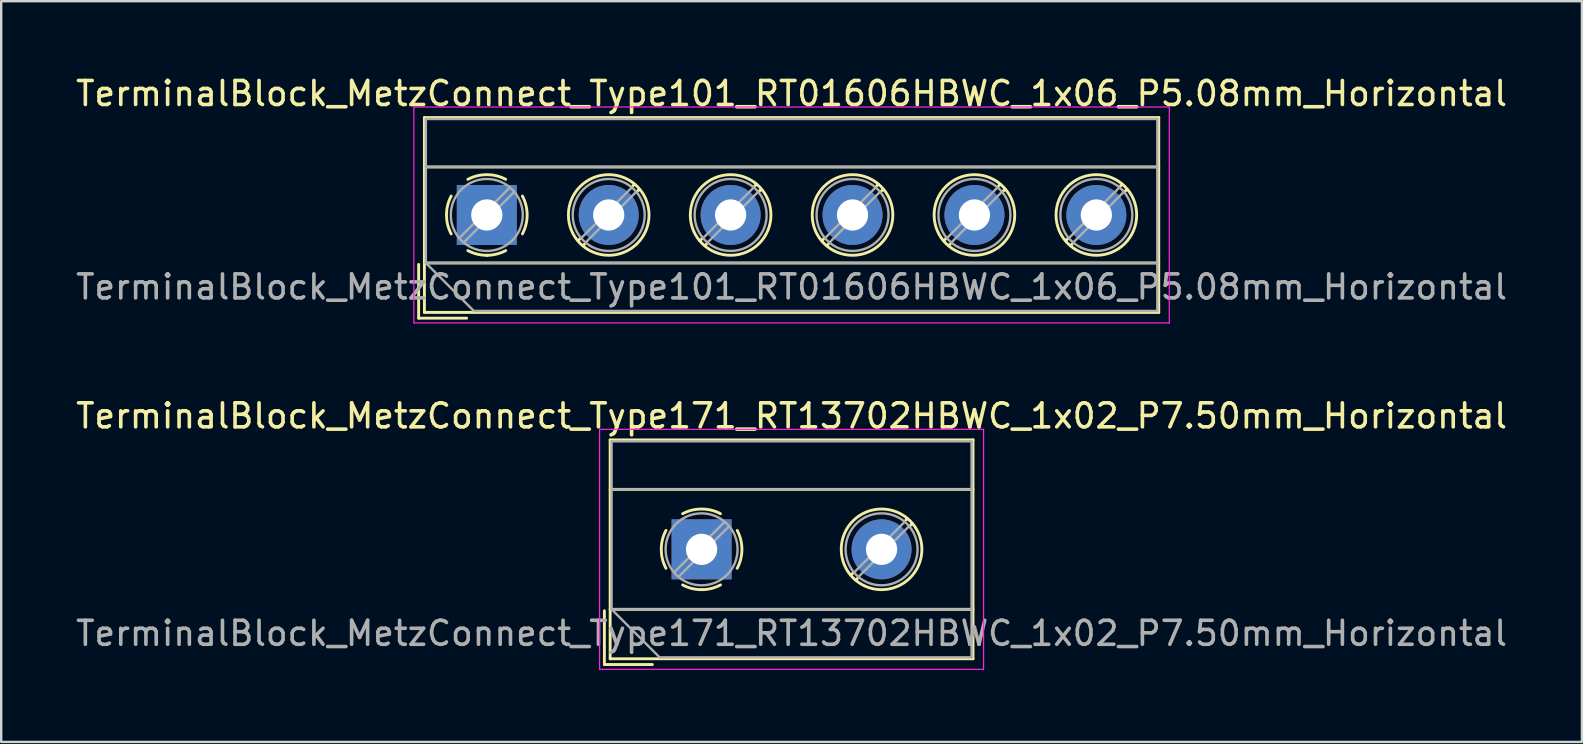
<source format=kicad_pcb>
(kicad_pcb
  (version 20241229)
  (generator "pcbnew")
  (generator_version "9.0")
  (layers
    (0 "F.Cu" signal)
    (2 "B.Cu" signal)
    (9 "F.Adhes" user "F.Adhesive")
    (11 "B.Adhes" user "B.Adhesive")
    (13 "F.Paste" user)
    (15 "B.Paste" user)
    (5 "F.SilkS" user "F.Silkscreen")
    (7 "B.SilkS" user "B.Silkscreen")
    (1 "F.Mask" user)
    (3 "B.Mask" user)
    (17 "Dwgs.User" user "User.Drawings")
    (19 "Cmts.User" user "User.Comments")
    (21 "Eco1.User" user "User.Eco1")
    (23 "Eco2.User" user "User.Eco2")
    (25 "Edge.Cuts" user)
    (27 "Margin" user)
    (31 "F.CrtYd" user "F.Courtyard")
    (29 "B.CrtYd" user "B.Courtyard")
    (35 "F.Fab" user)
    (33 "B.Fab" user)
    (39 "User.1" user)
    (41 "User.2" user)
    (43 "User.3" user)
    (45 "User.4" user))
  (footprint "TerminalBlock_MetzConnect_Type101_RT01606HBWC_1x06_P5.08mm_Horizontal"
    (layer "F.Cu")
    (at 17.235 5.908)
    (property "Reference" "TerminalBlock_MetzConnect_Type101_RT01606HBWC_1x06_P5.08mm_Horizontal" (at 12.7 -5.06 0) (layer "F.SilkS") (effects (font (size 1 1) (thickness 0.15))))
    (attr through_hole)
    (fp_line (start -2.84 2.06) (end -2.84 4.3) (stroke (width 0.12) (type solid)) (layer "F.SilkS"))
    (fp_line (start -2.84 4.3) (end -0.84 4.3) (stroke (width 0.12) (type solid)) (layer "F.SilkS"))
    (fp_line (start -2.6 -4.06) (end -2.6 4.06) (stroke (width 0.12) (type solid)) (layer "F.SilkS"))
    (fp_line (start -2.6 -4.06) (end 28 -4.06) (stroke (width 0.12) (type solid)) (layer "F.SilkS"))
    (fp_line (start -2.6 -2) (end 28 -2) (stroke (width 0.12) (type solid)) (layer "F.SilkS"))
    (fp_line (start -2.6 2) (end 28 2) (stroke (width 0.12) (type solid)) (layer "F.SilkS"))
    (fp_line (start -2.6 4.06) (end 28 4.06) (stroke (width 0.12) (type solid)) (layer "F.SilkS"))
    (fp_line (start 3.9 0.976) (end 3.806 1.069) (stroke (width 0.12) (type solid)) (layer "F.SilkS"))
    (fp_line (start 4.07 1.216) (end 4.011 1.274) (stroke (width 0.12) (type solid)) (layer "F.SilkS"))
    (fp_line (start 6.15 -1.275) (end 6.091 -1.216) (stroke (width 0.12) (type solid)) (layer "F.SilkS"))
    (fp_line (start 6.355 -1.069) (end 6.261 -0.976) (stroke (width 0.12) (type solid)) (layer "F.SilkS"))
    (fp_line (start 8.98 0.976) (end 8.886 1.069) (stroke (width 0.12) (type solid)) (layer "F.SilkS"))
    (fp_line (start 9.15 1.216) (end 9.091 1.274) (stroke (width 0.12) (type solid)) (layer "F.SilkS"))
    (fp_line (start 11.23 -1.275) (end 11.171 -1.216) (stroke (width 0.12) (type solid)) (layer "F.SilkS"))
    (fp_line (start 11.435 -1.069) (end 11.341 -0.976) (stroke (width 0.12) (type solid)) (layer "F.SilkS"))
    (fp_line (start 14.06 0.976) (end 13.966 1.069) (stroke (width 0.12) (type solid)) (layer "F.SilkS"))
    (fp_line (start 14.23 1.216) (end 14.171 1.274) (stroke (width 0.12) (type solid)) (layer "F.SilkS"))
    (fp_line (start 16.31 -1.275) (end 16.251 -1.216) (stroke (width 0.12) (type solid)) (layer "F.SilkS"))
    (fp_line (start 16.515 -1.069) (end 16.421 -0.976) (stroke (width 0.12) (type solid)) (layer "F.SilkS"))
    (fp_line (start 19.14 0.976) (end 19.046 1.069) (stroke (width 0.12) (type solid)) (layer "F.SilkS"))
    (fp_line (start 19.31 1.216) (end 19.251 1.274) (stroke (width 0.12) (type solid)) (layer "F.SilkS"))
    (fp_line (start 21.39 -1.275) (end 21.331 -1.216) (stroke (width 0.12) (type solid)) (layer "F.SilkS"))
    (fp_line (start 21.595 -1.069) (end 21.501 -0.976) (stroke (width 0.12) (type solid)) (layer "F.SilkS"))
    (fp_line (start 24.22 0.976) (end 24.126 1.069) (stroke (width 0.12) (type solid)) (layer "F.SilkS"))
    (fp_line (start 24.39 1.216) (end 24.331 1.274) (stroke (width 0.12) (type solid)) (layer "F.SilkS"))
    (fp_line (start 26.47 -1.275) (end 26.411 -1.216) (stroke (width 0.12) (type solid)) (layer "F.SilkS"))
    (fp_line (start 26.675 -1.069) (end 26.581 -0.976) (stroke (width 0.12) (type solid)) (layer "F.SilkS"))
    (fp_line (start 28 -4.06) (end 28 4.06) (stroke (width 0.12) (type solid)) (layer "F.SilkS"))
    (fp_arc (start -1.483953 0.789089) (mid -1.680708 0.00005) (end -1.484 -0.789) (stroke (width 0.12) (type solid)) (layer "F.SilkS"))
    (fp_arc (start -0.789089 -1.483953) (mid -0.00005 -1.680708) (end 0.789 -1.484) (stroke (width 0.12) (type solid)) (layer "F.SilkS"))
    (fp_arc (start 0.029383 1.68045) (mid -0.392304 1.634281) (end -0.789 1.484) (stroke (width 0.12) (type solid)) (layer "F.SilkS"))
    (fp_arc (start 0.788712 1.483352) (mid 0.406429 1.630097) (end 0 1.68) (stroke (width 0.12) (type solid)) (layer "F.SilkS"))
    (fp_arc (start 1.483953 -0.789089) (mid 1.680708 -0.00005) (end 1.484 0.789) (stroke (width 0.12) (type solid)) (layer "F.SilkS"))
    (fp_circle (center 5.08 0) (end 6.76 0) (stroke (width 0.12) (type solid)) (fill no) (layer "F.SilkS"))
    (fp_circle (center 10.16 0) (end 11.84 0) (stroke (width 0.12) (type solid)) (fill no) (layer "F.SilkS"))
    (fp_circle (center 15.24 0) (end 16.92 0) (stroke (width 0.12) (type solid)) (fill no) (layer "F.SilkS"))
    (fp_circle (center 20.32 0) (end 22 0) (stroke (width 0.12) (type solid)) (fill no) (layer "F.SilkS"))
    (fp_circle (center 25.4 0) (end 27.08 0) (stroke (width 0.12) (type solid)) (fill no) (layer "F.SilkS"))
    (fp_line (start -3.04 -4.5) (end -3.04 4.5) (stroke (width 0.05) (type solid)) (layer "F.CrtYd"))
    (fp_line (start -3.04 4.5) (end 28.44 4.5) (stroke (width 0.05) (type solid)) (layer "F.CrtYd"))
    (fp_line (start 28.44 -4.5) (end -3.04 -4.5) (stroke (width 0.05) (type solid)) (layer "F.CrtYd"))
    (fp_line (start 28.44 4.5) (end 28.44 -4.5) (stroke (width 0.05) (type solid)) (layer "F.CrtYd"))
    (fp_line (start -2.54 -4) (end 27.94 -4) (stroke (width 0.1) (type solid)) (layer "F.Fab"))
    (fp_line (start -2.54 -2) (end 27.94 -2) (stroke (width 0.1) (type solid)) (layer "F.Fab"))
    (fp_line (start -2.54 2) (end -2.54 -4) (stroke (width 0.1) (type solid)) (layer "F.Fab"))
    (fp_line (start -2.54 2) (end 27.94 2) (stroke (width 0.1) (type solid)) (layer "F.Fab"))
    (fp_line (start -0.54 4) (end -2.54 2) (stroke (width 0.1) (type solid)) (layer "F.Fab"))
    (fp_line (start 0.955 -1.138) (end -1.138 0.955) (stroke (width 0.1) (type solid)) (layer "F.Fab"))
    (fp_line (start 1.138 -0.955) (end -0.955 1.138) (stroke (width 0.1) (type solid)) (layer "F.Fab"))
    (fp_line (start 6.035 -1.138) (end 3.943 0.955) (stroke (width 0.1) (type solid)) (layer "F.Fab"))
    (fp_line (start 6.218 -0.955) (end 4.126 1.138) (stroke (width 0.1) (type solid)) (layer "F.Fab"))
    (fp_line (start 11.115 -1.138) (end 9.023 0.955) (stroke (width 0.1) (type solid)) (layer "F.Fab"))
    (fp_line (start 11.298 -0.955) (end 9.206 1.138) (stroke (width 0.1) (type solid)) (layer "F.Fab"))
    (fp_line (start 16.195 -1.138) (end 14.103 0.955) (stroke (width 0.1) (type solid)) (layer "F.Fab"))
    (fp_line (start 16.378 -0.955) (end 14.286 1.138) (stroke (width 0.1) (type solid)) (layer "F.Fab"))
    (fp_line (start 21.275 -1.138) (end 19.183 0.955) (stroke (width 0.1) (type solid)) (layer "F.Fab"))
    (fp_line (start 21.458 -0.955) (end 19.366 1.138) (stroke (width 0.1) (type solid)) (layer "F.Fab"))
    (fp_line (start 26.355 -1.138) (end 24.263 0.955) (stroke (width 0.1) (type solid)) (layer "F.Fab"))
    (fp_line (start 26.538 -0.955) (end 24.446 1.138) (stroke (width 0.1) (type solid)) (layer "F.Fab"))
    (fp_line (start 27.94 -4) (end 27.94 4) (stroke (width 0.1) (type solid)) (layer "F.Fab"))
    (fp_line (start 27.94 4) (end -0.54 4) (stroke (width 0.1) (type solid)) (layer "F.Fab"))
    (fp_circle (center 0 0) (end 1.5 0) (stroke (width 0.1) (type solid)) (fill no) (layer "F.Fab"))
    (fp_circle (center 5.08 0) (end 6.58 0) (stroke (width 0.1) (type solid)) (fill no) (layer "F.Fab"))
    (fp_circle (center 10.16 0) (end 11.66 0) (stroke (width 0.1) (type solid)) (fill no) (layer "F.Fab"))
    (fp_circle (center 15.24 0) (end 16.74 0) (stroke (width 0.1) (type solid)) (fill no) (layer "F.Fab"))
    (fp_circle (center 20.32 0) (end 21.82 0) (stroke (width 0.1) (type solid)) (fill no) (layer "F.Fab"))
    (fp_circle (center 25.4 0) (end 26.9 0) (stroke (width 0.1) (type solid)) (fill no) (layer "F.Fab"))
    (fp_text user "${REFERENCE}" (at 12.7 3 0) (layer "F.Fab") (effects (font (size 1 1) (thickness 0.15))))
    (pad "1" thru_hole rect (at 0 0) (size 2.5 2.5) (drill 1.3) (layers "*.Cu" "*.Mask"))
    (pad "2" thru_hole circle (at 5.08 0) (size 2.5 2.5) (drill 1.3) (layers "*.Cu" "*.Mask"))
    (pad "3" thru_hole circle (at 10.16 0) (size 2.5 2.5) (drill 1.3) (layers "*.Cu" "*.Mask"))
    (pad "4" thru_hole circle (at 15.24 0) (size 2.5 2.5) (drill 1.3) (layers "*.Cu" "*.Mask"))
    (pad "5" thru_hole circle (at 20.32 0) (size 2.5 2.5) (drill 1.3) (layers "*.Cu" "*.Mask"))
    (pad "6" thru_hole circle (at 25.4 0) (size 2.5 2.5) (drill 1.3) (layers "*.Cu" "*.Mask")))
  (footprint "TerminalBlock_MetzConnect_Type171_RT13702HBWC_1x02_P7.50mm_Horizontal"
    (layer "F.Cu")
    (at 26.185 19.841)
    (property "Reference" "TerminalBlock_MetzConnect_Type171_RT13702HBWC_1x02_P7.50mm_Horizontal" (at 3.75 -5.56 0) (layer "F.SilkS") (effects (font (size 1 1) (thickness 0.15))))
    (attr through_hole)
    (fp_line (start -4.05 2.56) (end -4.05 4.8) (stroke (width 0.12) (type solid)) (layer "F.SilkS"))
    (fp_line (start -4.05 4.8) (end -2.05 4.8) (stroke (width 0.12) (type solid)) (layer "F.SilkS"))
    (fp_line (start -3.81 -4.56) (end -3.81 4.56) (stroke (width 0.12) (type solid)) (layer "F.SilkS"))
    (fp_line (start -3.81 -4.56) (end 11.31 -4.56) (stroke (width 0.12) (type solid)) (layer "F.SilkS"))
    (fp_line (start -3.81 -2.5) (end 11.31 -2.5) (stroke (width 0.12) (type solid)) (layer "F.SilkS"))
    (fp_line (start -3.81 2.5) (end 11.31 2.5) (stroke (width 0.12) (type solid)) (layer "F.SilkS"))
    (fp_line (start -3.81 4.56) (end 11.31 4.56) (stroke (width 0.12) (type solid)) (layer "F.SilkS"))
    (fp_line (start 6.32 0.976) (end 6.226 1.069) (stroke (width 0.12) (type solid)) (layer "F.SilkS"))
    (fp_line (start 6.49 1.216) (end 6.431 1.274) (stroke (width 0.12) (type solid)) (layer "F.SilkS"))
    (fp_line (start 8.57 -1.275) (end 8.511 -1.216) (stroke (width 0.12) (type solid)) (layer "F.SilkS"))
    (fp_line (start 8.775 -1.069) (end 8.681 -0.976) (stroke (width 0.12) (type solid)) (layer "F.SilkS"))
    (fp_line (start 11.31 -4.56) (end 11.31 4.56) (stroke (width 0.12) (type solid)) (layer "F.SilkS"))
    (fp_arc (start -1.483953 0.789089) (mid -1.680708 0.00005) (end -1.484 -0.789) (stroke (width 0.12) (type solid)) (layer "F.SilkS"))
    (fp_arc (start -0.789089 -1.483953) (mid -0.00005 -1.680708) (end 0.789 -1.484) (stroke (width 0.12) (type solid)) (layer "F.SilkS"))
    (fp_arc (start 0.029383 1.68045) (mid -0.392304 1.634281) (end -0.789 1.484) (stroke (width 0.12) (type solid)) (layer "F.SilkS"))
    (fp_arc (start 0.788712 1.483352) (mid 0.406429 1.630097) (end 0 1.68) (stroke (width 0.12) (type solid)) (layer "F.SilkS"))
    (fp_arc (start 1.483953 -0.789089) (mid 1.680708 -0.00005) (end 1.484 0.789) (stroke (width 0.12) (type solid)) (layer "F.SilkS"))
    (fp_circle (center 7.5 0) (end 9.18 0) (stroke (width 0.12) (type solid)) (fill no) (layer "F.SilkS"))
    (fp_line (start -4.25 -5) (end -4.25 5) (stroke (width 0.05) (type solid)) (layer "F.CrtYd"))
    (fp_line (start -4.25 5) (end 11.75 5) (stroke (width 0.05) (type solid)) (layer "F.CrtYd"))
    (fp_line (start 11.75 -5) (end -4.25 -5) (stroke (width 0.05) (type solid)) (layer "F.CrtYd"))
    (fp_line (start 11.75 5) (end 11.75 -5) (stroke (width 0.05) (type solid)) (layer "F.CrtYd"))
    (fp_line (start -3.75 -4.5) (end 11.25 -4.5) (stroke (width 0.1) (type solid)) (layer "F.Fab"))
    (fp_line (start -3.75 -2.5) (end 11.25 -2.5) (stroke (width 0.1) (type solid)) (layer "F.Fab"))
    (fp_line (start -3.75 2.5) (end -3.75 -4.5) (stroke (width 0.1) (type solid)) (layer "F.Fab"))
    (fp_line (start -3.75 2.5) (end 11.25 2.5) (stroke (width 0.1) (type solid)) (layer "F.Fab"))
    (fp_line (start -1.75 4.5) (end -3.75 2.5) (stroke (width 0.1) (type solid)) (layer "F.Fab"))
    (fp_line (start 0.955 -1.138) (end -1.138 0.955) (stroke (width 0.1) (type solid)) (layer "F.Fab"))
    (fp_line (start 1.138 -0.955) (end -0.955 1.138) (stroke (width 0.1) (type solid)) (layer "F.Fab"))
    (fp_line (start 8.455 -1.138) (end 6.363 0.955) (stroke (width 0.1) (type solid)) (layer "F.Fab"))
    (fp_line (start 8.638 -0.955) (end 6.546 1.138) (stroke (width 0.1) (type solid)) (layer "F.Fab"))
    (fp_line (start 11.25 -4.5) (end 11.25 4.5) (stroke (width 0.1) (type solid)) (layer "F.Fab"))
    (fp_line (start 11.25 4.5) (end -1.75 4.5) (stroke (width 0.1) (type solid)) (layer "F.Fab"))
    (fp_circle (center 0 0) (end 1.5 0) (stroke (width 0.1) (type solid)) (fill no) (layer "F.Fab"))
    (fp_circle (center 7.5 0) (end 9 0) (stroke (width 0.1) (type solid)) (fill no) (layer "F.Fab"))
    (fp_text user "${REFERENCE}" (at 3.75 3.5 0) (layer "F.Fab") (effects (font (size 1 1) (thickness 0.15))))
    (pad "1" thru_hole rect (at 0 0) (size 2.5 2.5) (drill 1.3) (layers "*.Cu" "*.Mask"))
    (pad "2" thru_hole circle (at 7.5 0) (size 2.5 2.5) (drill 1.3) (layers "*.Cu" "*.Mask")))
  (gr_rect
    (start -3 -3)
    (end 62.869 27.866)
    (stroke (width 0.1) (type default))
    (fill no)
    (layer "Edge.Cuts")))
</source>
